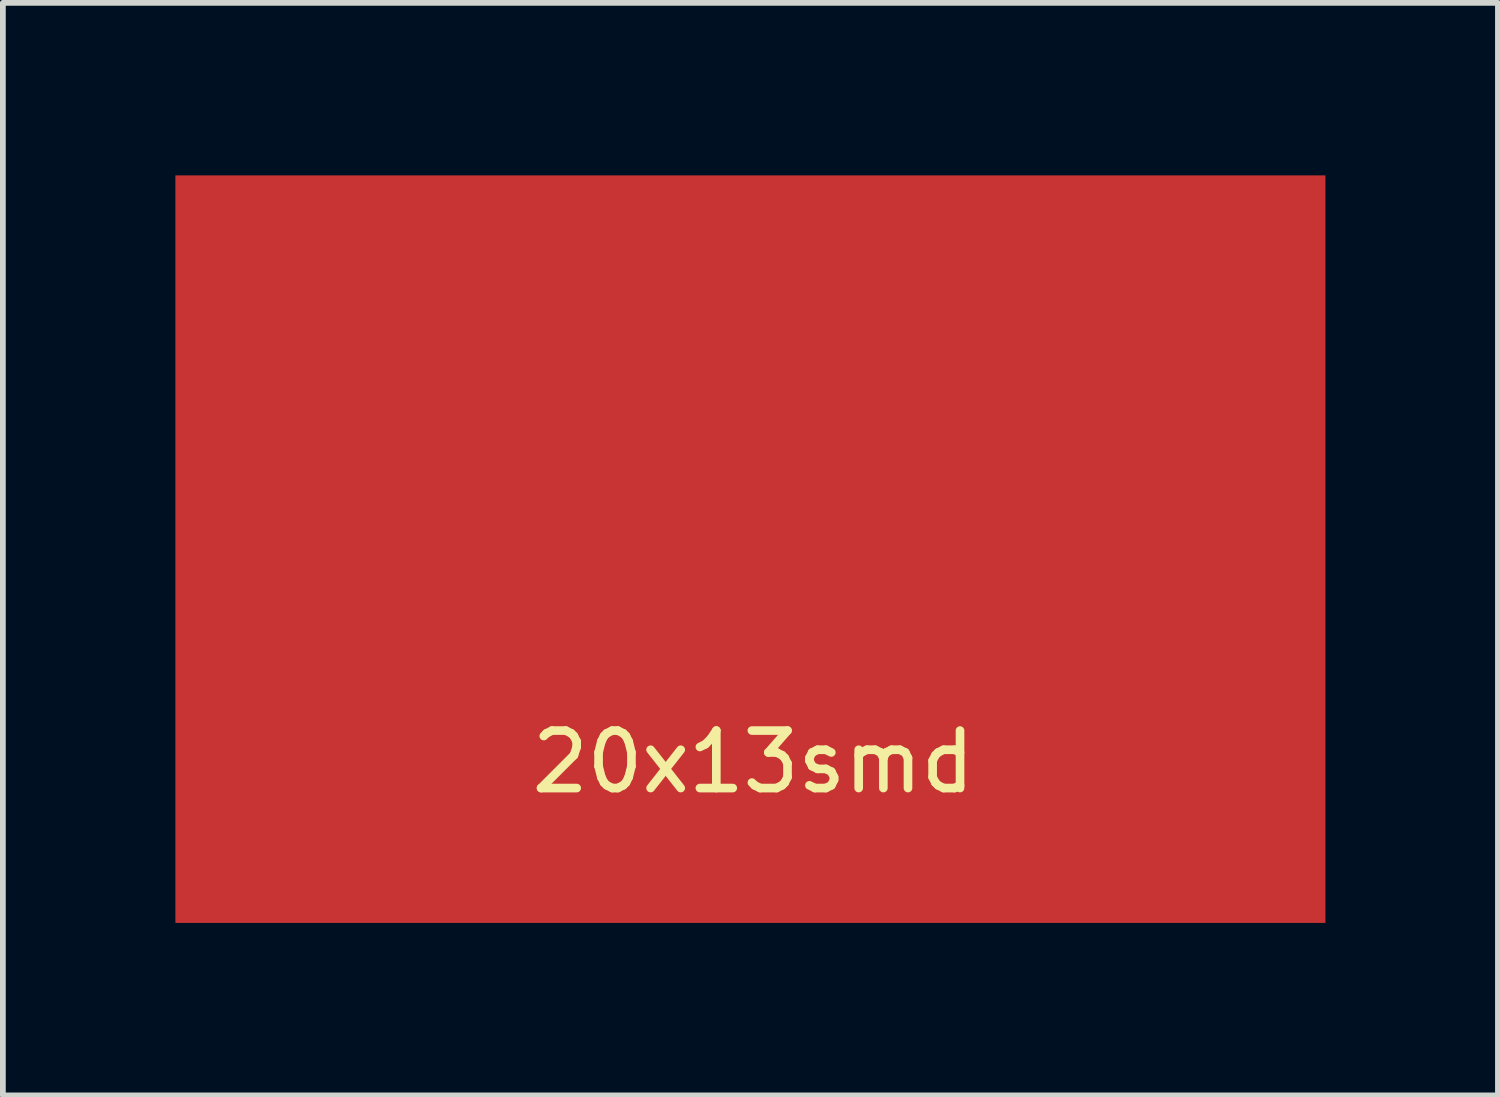
<source format=kicad_pcb>
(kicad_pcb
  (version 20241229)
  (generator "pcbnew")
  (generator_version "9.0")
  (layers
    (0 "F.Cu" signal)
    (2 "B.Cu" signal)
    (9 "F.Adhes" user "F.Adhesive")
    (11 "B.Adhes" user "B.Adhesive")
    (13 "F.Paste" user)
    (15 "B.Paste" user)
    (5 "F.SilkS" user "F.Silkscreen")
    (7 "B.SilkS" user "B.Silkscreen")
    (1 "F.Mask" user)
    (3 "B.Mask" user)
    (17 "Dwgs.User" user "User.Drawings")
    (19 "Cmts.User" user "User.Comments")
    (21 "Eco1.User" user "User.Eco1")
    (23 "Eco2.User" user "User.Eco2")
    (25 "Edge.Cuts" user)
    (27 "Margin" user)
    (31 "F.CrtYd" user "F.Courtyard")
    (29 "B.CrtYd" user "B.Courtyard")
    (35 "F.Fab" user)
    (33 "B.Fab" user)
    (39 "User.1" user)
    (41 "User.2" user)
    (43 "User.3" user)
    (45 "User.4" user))
  (footprint "20x13smd"
    (layer "F.Cu")
    (at 10 6.5)
    (property "Reference" "20x13smd" (at 0.05 3.7 0) (layer "F.SilkS") (effects (font (size 1 1) (thickness 0.15))))
    (attr through_hole)
    (pad "1" smd rect (at 0 0) (size 20 13) (layers "F.Cu" "F.Mask")))
  (gr_rect
    (start -3 -3)
    (end 23 16)
    (stroke (width 0.1) (type default))
    (fill no)
    (layer "Edge.Cuts")))
</source>
